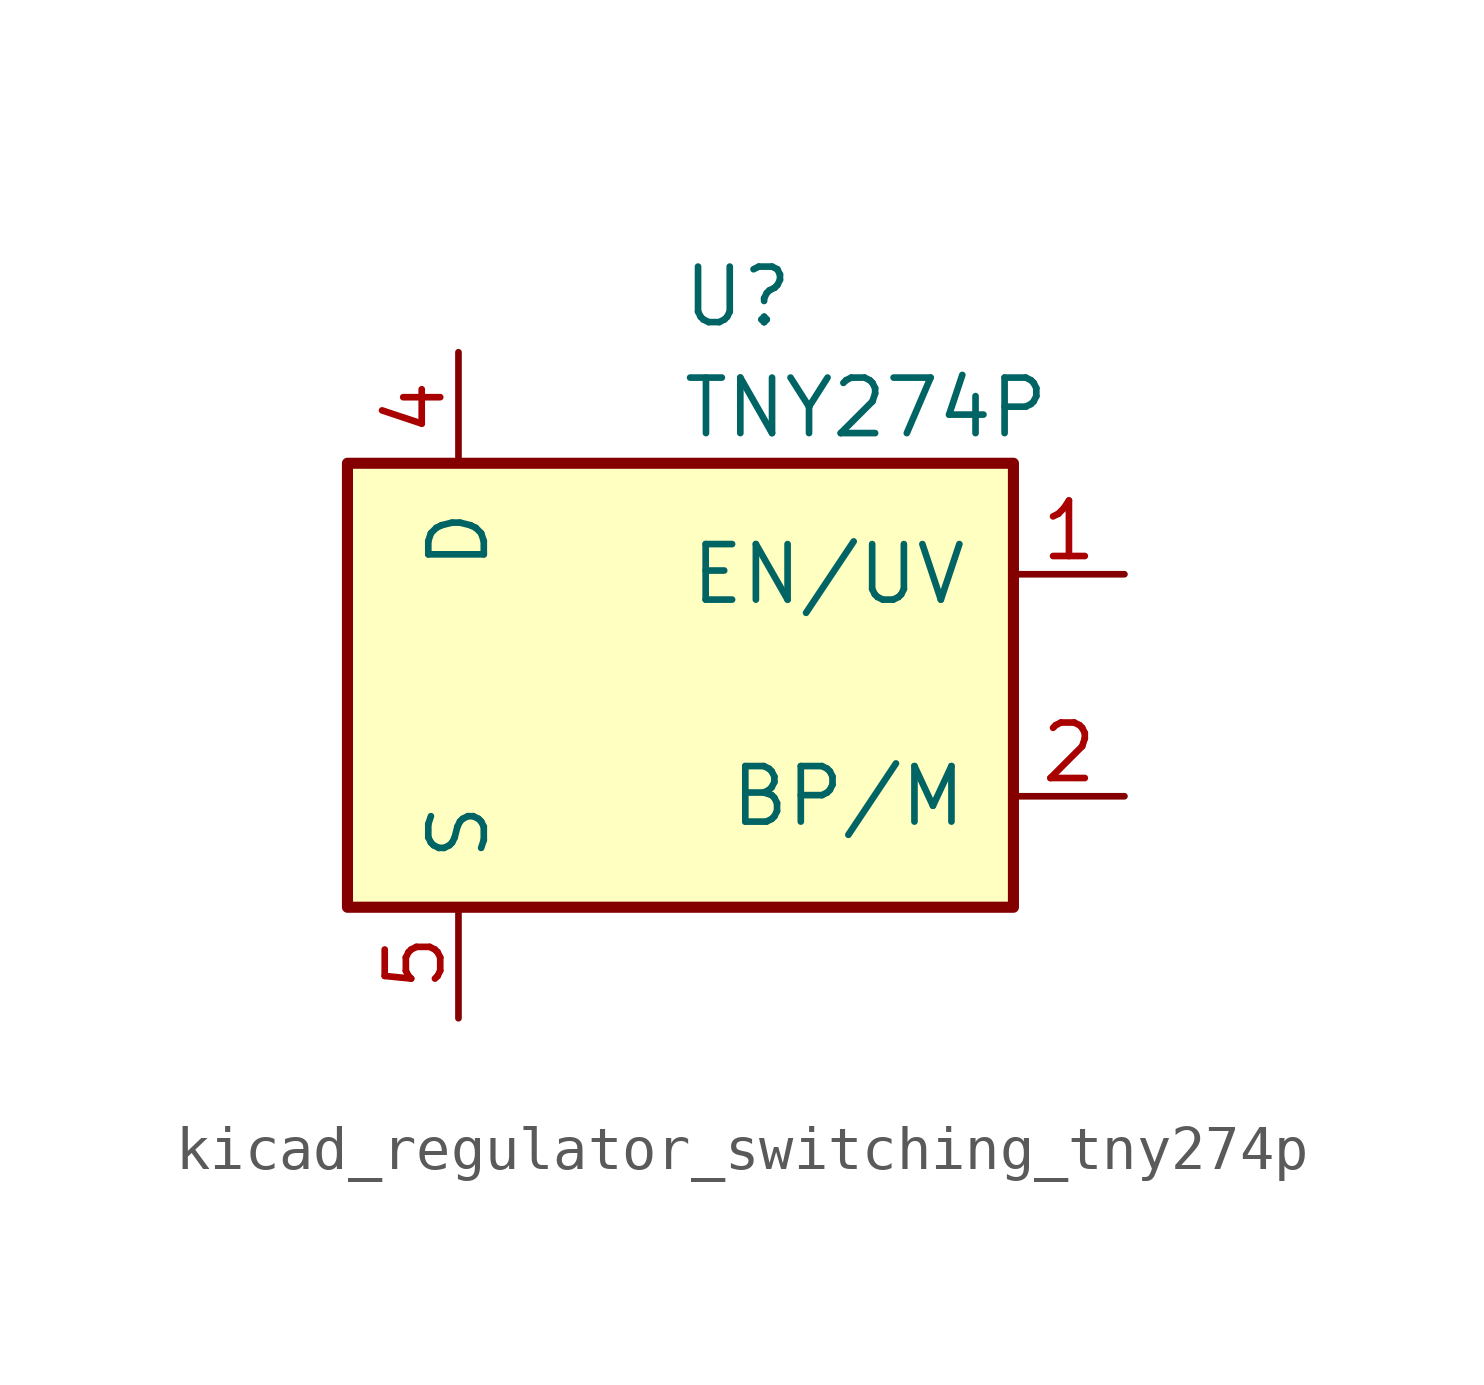
<source format=kicad_sym>
(kicad_symbol_lib
  (version 20220914)
  (generator kicad_symbol_editor)
  (symbol "kicad_regulator_switching_tny274p"
    (pin_names
      (offset 1.016))
    (property "Reference" "U"
      (at 0 8.89 0)
      (effects (font (size 1.27 1.27)) (justify left)))
    (property "Value" "TNY274P"
      (at 0 6.35 0)
      (effects (font (size 1.27 1.27)) (justify left)))
    (symbol "kicad_regulator_switching_tny274p_0_1"
      (rectangle (start -7.62 5.08) (end 7.62 -5.08) (stroke (width 0.254) (type default)) (fill (type background))))
    (symbol "kicad_regulator_switching_tny274p_1_1"
      (pin input line (at 10.16 2.54 180) (length 2.54) (name "EN/UV" (effects (font (size 1.27 1.27)))) (number "1" (effects (font (size 1.27 1.27)))))
      (pin input line (at 10.16 -2.54 180) (length 2.54) (name "BP/M" (effects (font (size 1.27 1.27)))) (number "2" (effects (font (size 1.27 1.27)))))
      (pin open_collector line (at -5.08 7.62 270) (length 2.54) (name "D" (effects (font (size 1.27 1.27)))) (number "4" (effects (font (size 1.27 1.27)))))
      (pin power_in line (at -5.08 -7.62 90) (length 2.54) (name "S" (effects (font (size 1.27 1.27)))) (number "5" (effects (font (size 1.27 1.27)))))
      (pin passive line (at -5.08 -7.62 90) (length 2.54) hide (name "S" (effects (font (size 1.27 1.27)))) (number "6" (effects (font (size 1.27 1.27)))))
      (pin passive line (at -5.08 -7.62 90) (length 2.54) hide (name "S" (effects (font (size 1.27 1.27)))) (number "7" (effects (font (size 1.27 1.27)))))
      (pin passive line (at -5.08 -7.62 90) (length 2.54) hide (name "S" (effects (font (size 1.27 1.27)))) (number "8" (effects (font (size 1.27 1.27))))))))
</source>
